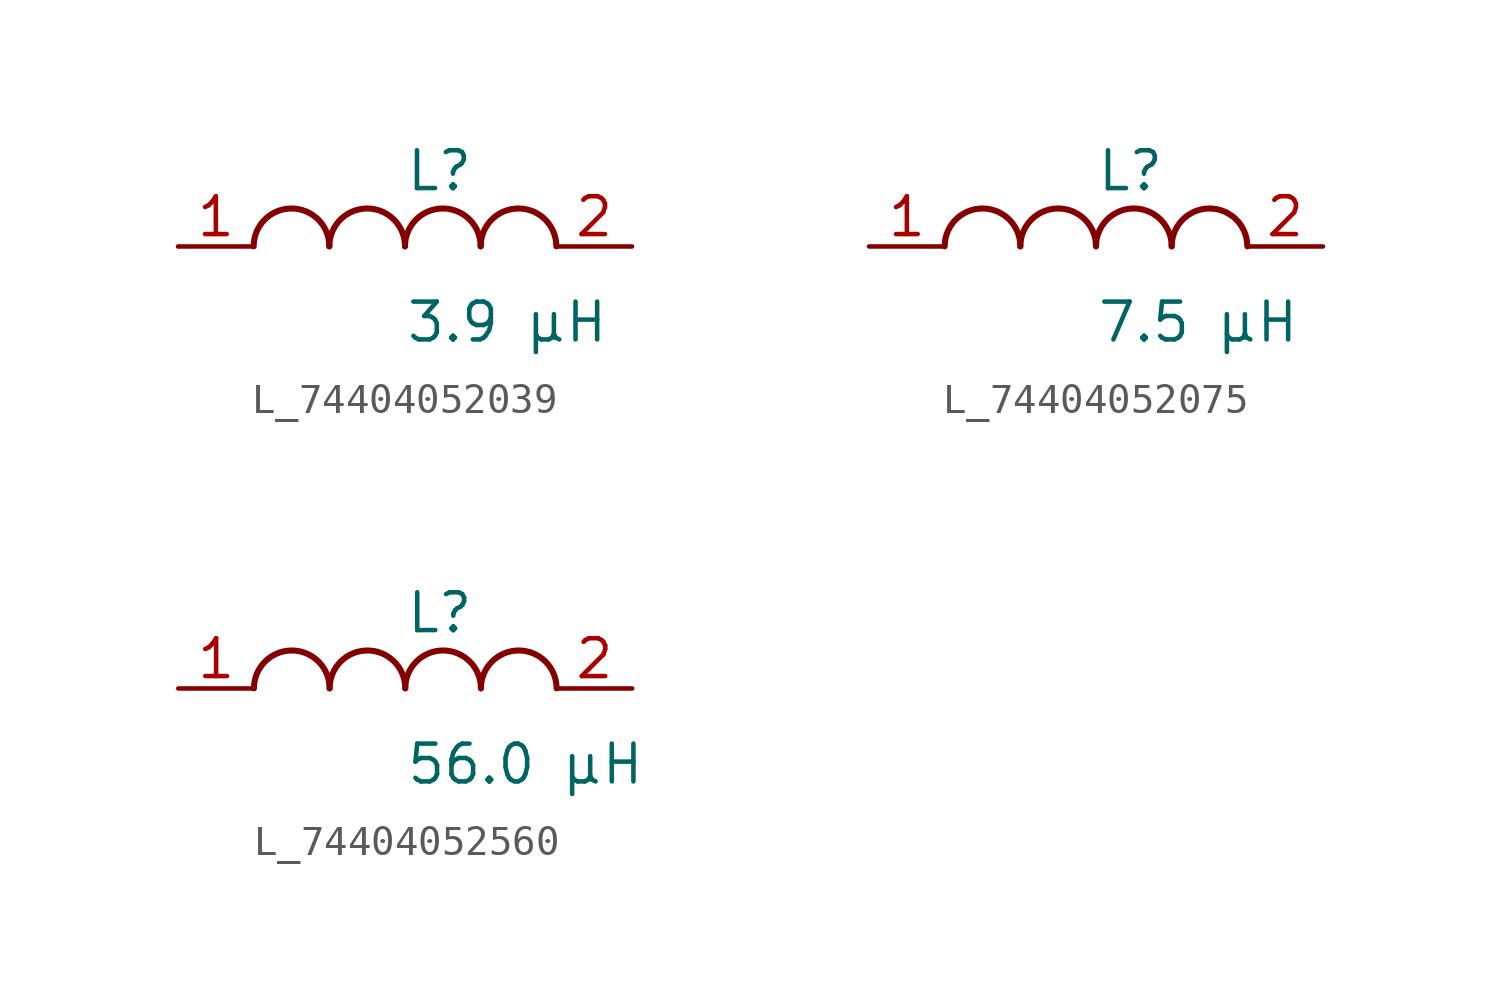
<source format=kicad_sym>
(kicad_symbol_lib
  (version 20231120)
  (generator kicad_symbol_editor)
  (generator_version 8.0)
  (symbol "L_74404052039"
    (pin_names
      (offset 0.254))
    (property "Reference" "L"
      (at 0 2.54 0)
      (effects (font (size 1.27 1.27)) (justify left)))
    (property "Value" "3.9 µH"
      (at 0 -2.54 0)
      (effects (font (size 1.27 1.27)) (justify left)))
    (symbol "L_74404052039_1_1"
      (arc (start -2.54 0.0056) (mid -3.81 1.27) (end -5.08 0.0056) (stroke (width 0.2032) (type default)) (fill (type none)))
      (arc (start 0 0.0056) (mid -1.27 1.27) (end -2.54 0.0056) (stroke (width 0.2032) (type default)) (fill (type none)))
      (arc (start 2.54 0.0056) (mid 1.27 1.27) (end 0 0.0056) (stroke (width 0.2032) (type default)) (fill (type none)))
      (arc (start 5.08 0.0056) (mid 3.81 1.27) (end 2.54 0.0056) (stroke (width 0.2032) (type default)) (fill (type none)))
      (pin unspecified line (at -7.62 0 0) (length 2.54) (name "" (effects (font (size 1.27 1.27)))) (number "1" (effects (font (size 1.27 1.27)))))
      (pin unspecified line (at 7.62 0 180) (length 2.54) (name "" (effects (font (size 1.27 1.27)))) (number "2" (effects (font (size 1.27 1.27)))))))
  (symbol "L_74404052075"
    (pin_names
      (offset 0.254))
    (property "Reference" "L"
      (at 0 2.54 0)
      (effects (font (size 1.27 1.27)) (justify left)))
    (property "Value" "7.5 µH"
      (at 0 -2.54 0)
      (effects (font (size 1.27 1.27)) (justify left)))
    (symbol "L_74404052075_1_1"
      (arc (start -2.54 0.0056) (mid -3.81 1.27) (end -5.08 0.0056) (stroke (width 0.2032) (type default)) (fill (type none)))
      (arc (start 0 0.0056) (mid -1.27 1.27) (end -2.54 0.0056) (stroke (width 0.2032) (type default)) (fill (type none)))
      (arc (start 2.54 0.0056) (mid 1.27 1.27) (end 0 0.0056) (stroke (width 0.2032) (type default)) (fill (type none)))
      (arc (start 5.08 0.0056) (mid 3.81 1.27) (end 2.54 0.0056) (stroke (width 0.2032) (type default)) (fill (type none)))
      (pin unspecified line (at -7.62 0 0) (length 2.54) (name "" (effects (font (size 1.27 1.27)))) (number "1" (effects (font (size 1.27 1.27)))))
      (pin unspecified line (at 7.62 0 180) (length 2.54) (name "" (effects (font (size 1.27 1.27)))) (number "2" (effects (font (size 1.27 1.27)))))))
  (symbol "L_74404052560"
    (pin_names
      (offset 0.254))
    (property "Reference" "L"
      (at 0 2.54 0)
      (effects (font (size 1.27 1.27)) (justify left)))
    (property "Value" "56.0 µH"
      (at 0 -2.54 0)
      (effects (font (size 1.27 1.27)) (justify left)))
    (symbol "L_74404052560_1_1"
      (arc (start -2.54 0.0056) (mid -3.81 1.27) (end -5.08 0.0056) (stroke (width 0.2032) (type default)) (fill (type none)))
      (arc (start 0 0.0056) (mid -1.27 1.27) (end -2.54 0.0056) (stroke (width 0.2032) (type default)) (fill (type none)))
      (arc (start 2.54 0.0056) (mid 1.27 1.27) (end 0 0.0056) (stroke (width 0.2032) (type default)) (fill (type none)))
      (arc (start 5.08 0.0056) (mid 3.81 1.27) (end 2.54 0.0056) (stroke (width 0.2032) (type default)) (fill (type none)))
      (pin unspecified line (at -7.62 0 0) (length 2.54) (name "" (effects (font (size 1.27 1.27)))) (number "1" (effects (font (size 1.27 1.27)))))
      (pin unspecified line (at 7.62 0 180) (length 2.54) (name "" (effects (font (size 1.27 1.27)))) (number "2" (effects (font (size 1.27 1.27))))))))
</source>
